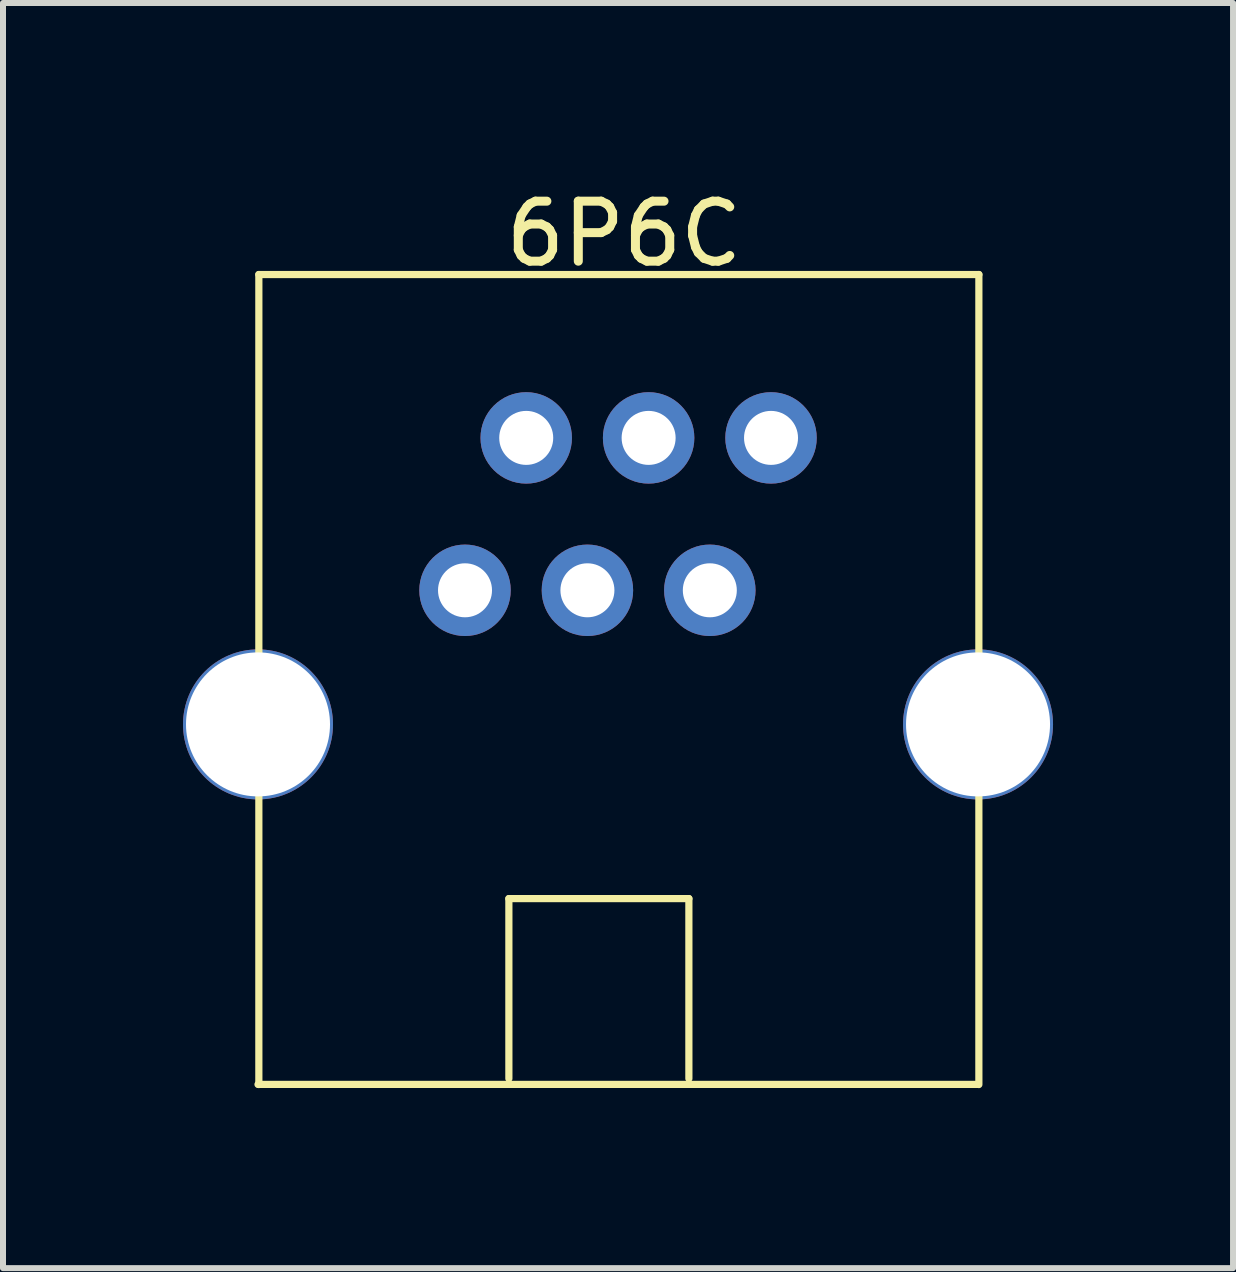
<source format=kicad_pcb>
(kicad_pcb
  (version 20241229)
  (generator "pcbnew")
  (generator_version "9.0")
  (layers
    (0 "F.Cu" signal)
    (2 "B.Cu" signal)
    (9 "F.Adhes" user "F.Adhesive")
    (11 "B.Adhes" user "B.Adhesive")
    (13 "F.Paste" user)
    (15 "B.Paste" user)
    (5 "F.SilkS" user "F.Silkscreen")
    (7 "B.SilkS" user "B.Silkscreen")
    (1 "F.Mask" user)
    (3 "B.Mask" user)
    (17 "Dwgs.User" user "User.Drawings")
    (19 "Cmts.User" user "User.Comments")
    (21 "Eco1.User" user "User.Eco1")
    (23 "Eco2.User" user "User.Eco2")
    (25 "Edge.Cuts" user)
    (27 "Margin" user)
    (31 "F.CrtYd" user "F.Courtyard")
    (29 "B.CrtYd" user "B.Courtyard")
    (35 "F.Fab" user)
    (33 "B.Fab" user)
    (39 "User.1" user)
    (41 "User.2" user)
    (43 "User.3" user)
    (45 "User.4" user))
  (footprint "6P6C"
    (layer "F.Cu")
    (at 6.9 5.523)
    (property "Reference" "6P6C" (at 0.45 -4.675 0) (layer "F.SilkS") (effects (font (size 1 1) (thickness 0.15))))
    (attr through_hole)
    (fp_line (start -5.65 9.5) (end 6.35 9.5) (stroke (width 0.12) (type solid)) (layer "F.SilkS"))
    (fp_line (start -5.636 -3.998) (end -5.636 9.502) (stroke (width 0.12) (type solid)) (layer "F.SilkS"))
    (fp_line (start -5.636 -3.998) (end 6.364 -3.998) (stroke (width 0.12) (type solid)) (layer "F.SilkS"))
    (fp_line (start -1.469 6.403) (end 1.531 6.403) (stroke (width 0.12) (type solid)) (layer "F.SilkS"))
    (fp_line (start -1.469 9.403) (end -1.469 6.403) (stroke (width 0.12) (type solid)) (layer "F.SilkS"))
    (fp_line (start 1.531 6.403) (end 1.531 9.403) (stroke (width 0.12) (type solid)) (layer "F.SilkS"))
    (fp_line (start 6.364 -3.998) (end 6.364 9.502) (stroke (width 0.12) (type solid)) (layer "F.SilkS"))
    (pad "" np_thru_hole circle (at -5.65 3.5) (size 2.5 2.5) (drill 2.4) (layers "*.Cu" "*.Mask"))
    (pad "" np_thru_hole circle (at 6.35 3.5) (size 2.5 2.5) (drill 2.4) (layers "*.Cu" "*.Mask"))
    (pad "1" thru_hole circle (at -1.18 -1.275) (size 1.524 1.524) (drill 0.9) (layers "*.Cu" "*.Mask"))
    (pad "2" thru_hole circle (at 0.86 -1.275) (size 1.524 1.524) (drill 0.9) (layers "*.Cu" "*.Mask"))
    (pad "3" thru_hole circle (at 2.9 -1.275) (size 1.524 1.524) (drill 0.9) (layers "*.Cu" "*.Mask"))
    (pad "4" thru_hole circle (at -2.2 1.265) (size 1.524 1.524) (drill 0.9) (layers "*.Cu" "*.Mask"))
    (pad "5" thru_hole circle (at -0.16 1.265) (size 1.524 1.524) (drill 0.9) (layers "*.Cu" "*.Mask"))
    (pad "6" thru_hole circle (at 1.88 1.265) (size 1.524 1.524) (drill 0.9) (layers "*.Cu" "*.Mask")))
  (gr_rect
    (start -3 -3)
    (end 17.5 18.085)
    (stroke (width 0.1) (type default))
    (fill no)
    (layer "Edge.Cuts")))
</source>
